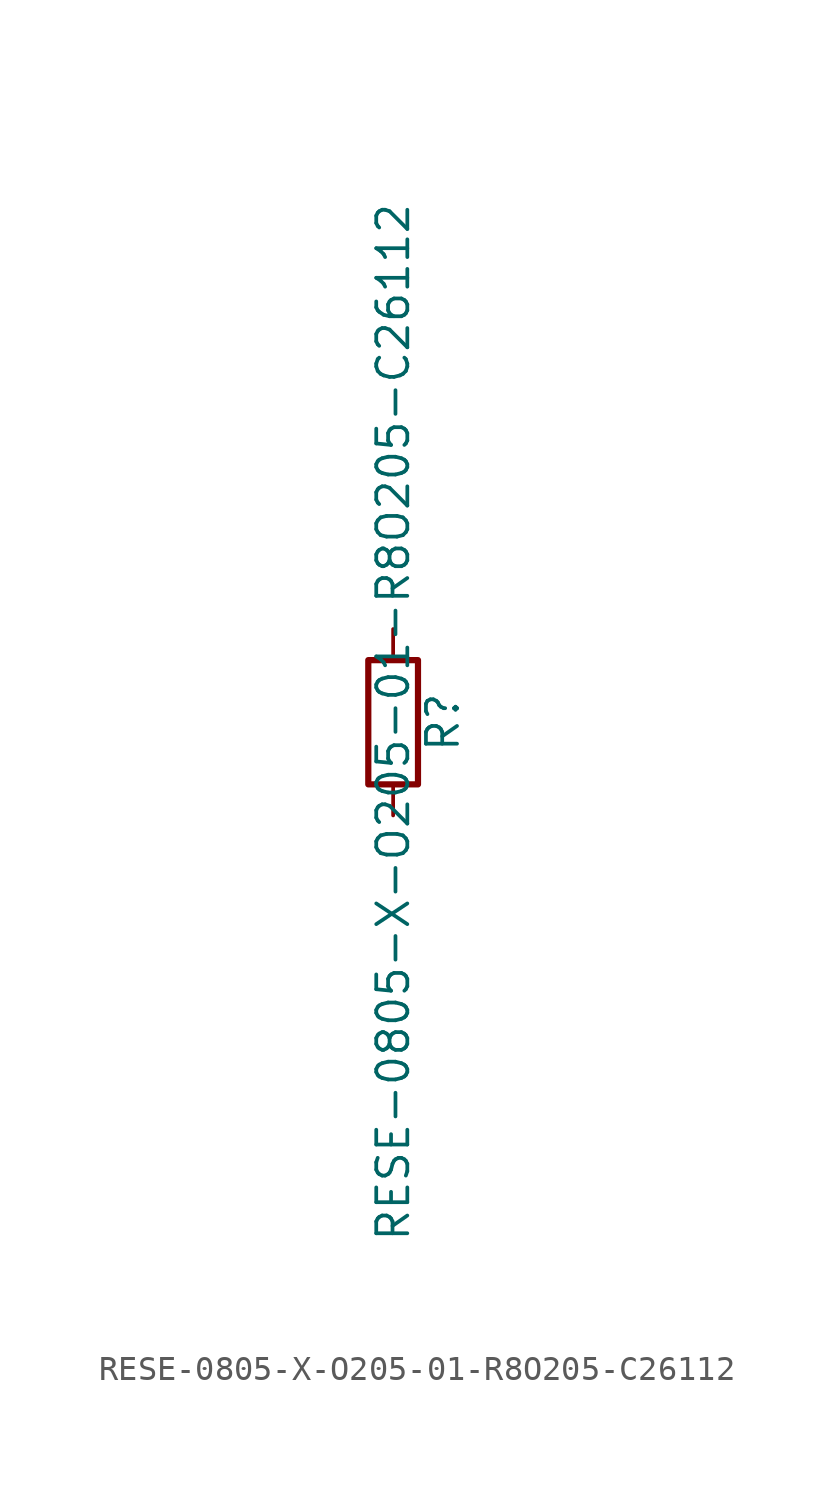
<source format=kicad_sym>
(kicad_symbol_lib
  (version 20211014)
  (generator kicad_symbol_editor)
  (symbol "RESE-0805-X-O205-01-R8O205-C26112"
    (pin_numbers hide)
    (pin_names
      (offset 0))
    (property "Reference" "R"
      (at 2.032 0 90)
      (effects (font (size 1.27 1.27))))
    (property "Value" "RESE-0805-X-O205-01-R8O205-C26112"
      (at 0 0 90)
      (effects (font (size 1.27 1.27))))
    (symbol "RESE-0805-X-O205-01-R8O205-C26112_0_1"
      (rectangle (start -1.016 -2.54) (end 1.016 2.54) (stroke (width 0.254) (type default) (color 0 0 0 0)) (fill (type none))))
    (symbol "RESE-0805-X-O205-01-R8O205-C26112_1_1"
      (pin passive line (at 0 3.81 270) (length 1.27) (name "~" (effects (font (size 1.27 1.27)))) (number "1" (effects (font (size 1.27 1.27)))))
      (pin passive line (at 0 -3.81 90) (length 1.27) (name "~" (effects (font (size 1.27 1.27)))) (number "2" (effects (font (size 1.27 1.27))))))))
</source>
